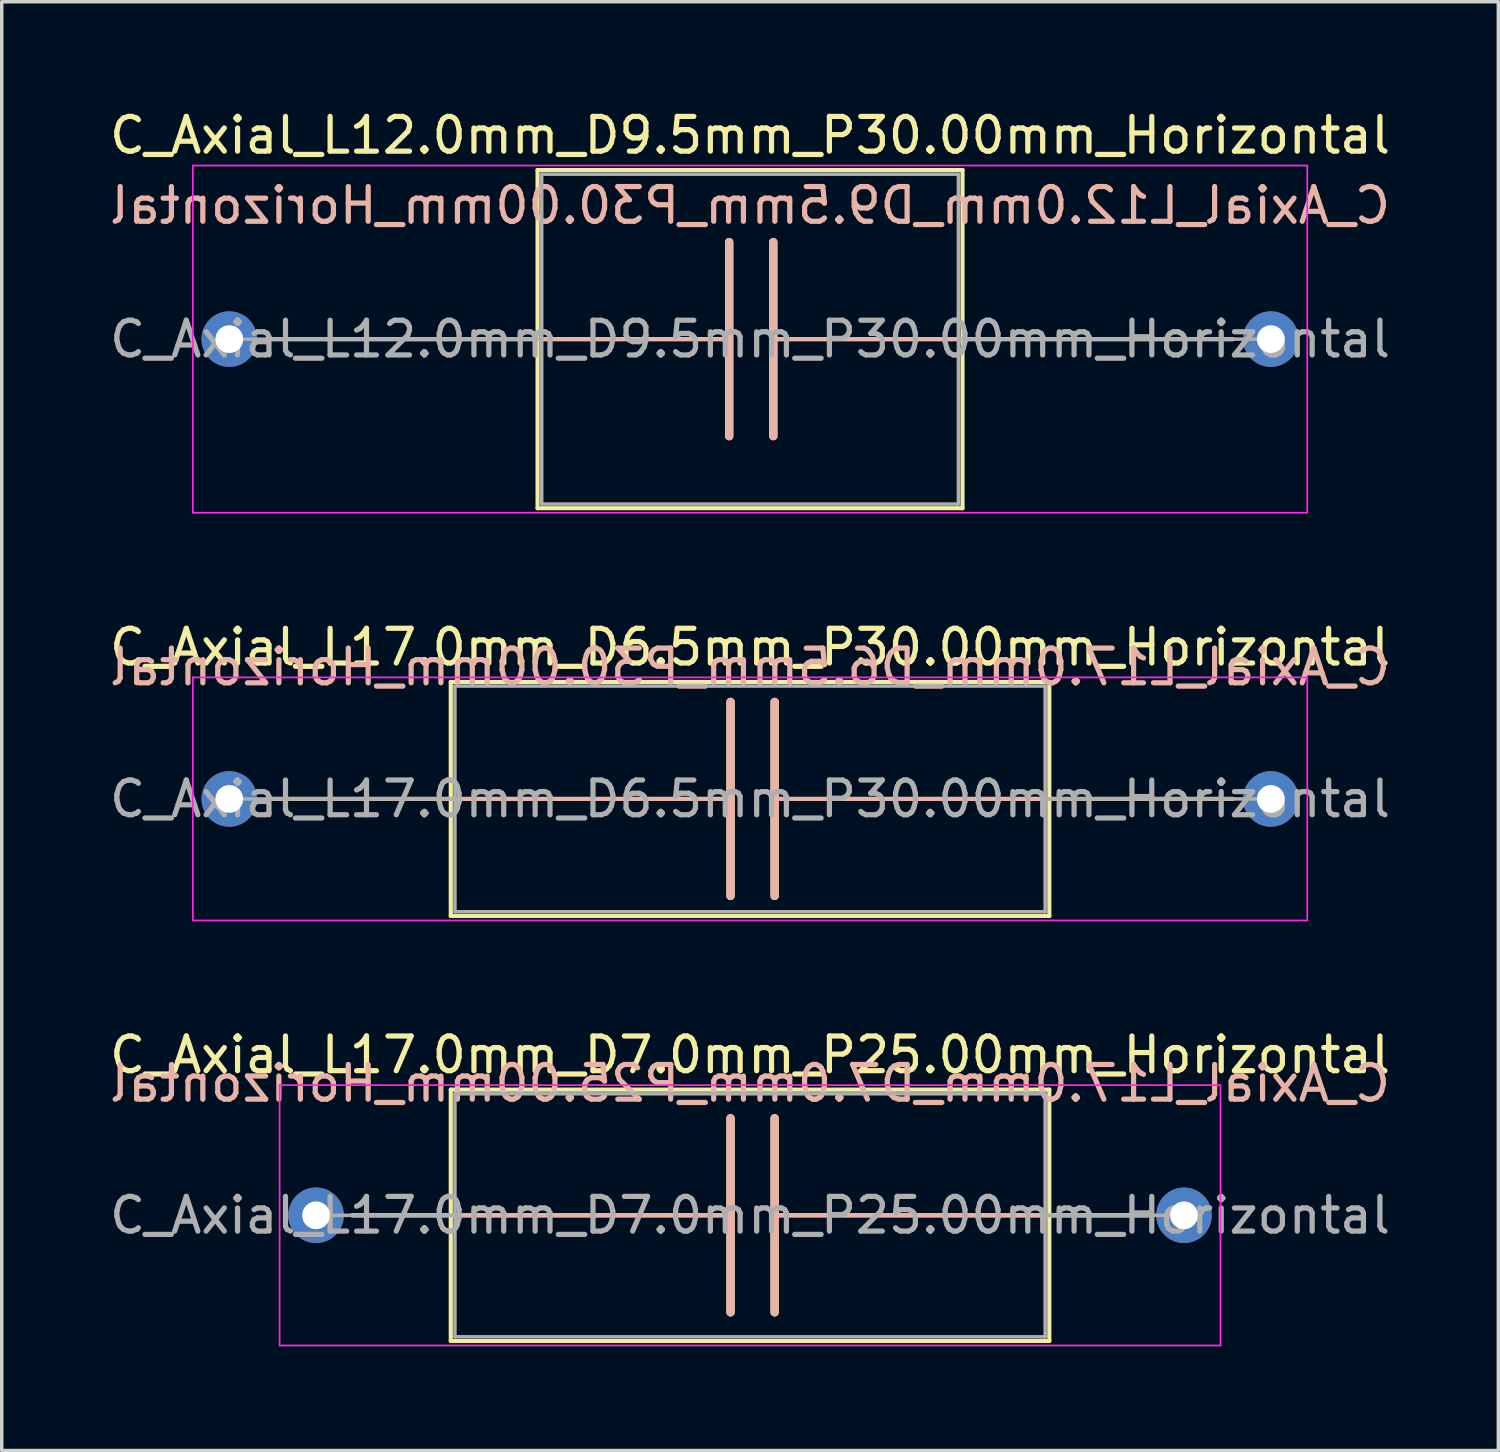
<source format=kicad_pcb>
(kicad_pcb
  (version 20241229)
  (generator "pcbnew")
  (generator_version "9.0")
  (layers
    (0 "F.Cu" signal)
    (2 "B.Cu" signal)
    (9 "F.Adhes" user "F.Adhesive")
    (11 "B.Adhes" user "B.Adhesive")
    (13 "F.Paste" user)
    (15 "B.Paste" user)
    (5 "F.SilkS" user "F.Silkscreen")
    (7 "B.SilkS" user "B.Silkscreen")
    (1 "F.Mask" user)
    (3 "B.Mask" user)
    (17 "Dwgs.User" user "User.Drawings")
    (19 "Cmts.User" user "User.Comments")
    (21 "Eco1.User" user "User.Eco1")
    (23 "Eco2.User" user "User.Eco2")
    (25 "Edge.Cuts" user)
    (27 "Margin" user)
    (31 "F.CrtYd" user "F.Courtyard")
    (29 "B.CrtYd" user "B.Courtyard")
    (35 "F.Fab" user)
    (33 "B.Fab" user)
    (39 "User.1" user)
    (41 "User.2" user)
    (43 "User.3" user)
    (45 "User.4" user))
  (footprint "C_Axial_L17.0mm_D7.0mm_P25.00mm_Horizontal"
    (layer "F.Cu")
    (at 6.054 31.955)
    (property "Reference" "C_Axial_L17.0mm_D7.0mm_P25.00mm_Horizontal" (at 12.5 -4.62 0) (layer "F.SilkS") (effects (font (size 1 1) (thickness 0.15))))
    (fp_line (start 1.04 0) (end 3.88 0) (stroke (width 0.12) (type solid)) (layer "F.SilkS"))
    (fp_line (start 3.88 -3.62) (end 3.88 3.62) (stroke (width 0.12) (type solid)) (layer "F.SilkS"))
    (fp_line (start 3.88 0) (end 11.938 0) (stroke (width 0.12) (type solid)) (layer "F.SilkS"))
    (fp_line (start 3.88 3.62) (end 21.12 3.62) (stroke (width 0.12) (type solid)) (layer "F.SilkS"))
    (fp_line (start 11.938 -2.794) (end 11.938 2.794) (stroke (width 0.24) (type solid)) (layer "F.SilkS"))
    (fp_line (start 13.208 2.794) (end 13.208 -2.794) (stroke (width 0.24) (type solid)) (layer "F.SilkS"))
    (fp_line (start 21.12 -3.62) (end 3.88 -3.62) (stroke (width 0.12) (type solid)) (layer "F.SilkS"))
    (fp_line (start 21.12 0) (end 13.208 0) (stroke (width 0.12) (type solid)) (layer "F.SilkS"))
    (fp_line (start 21.12 3.62) (end 21.12 -3.62) (stroke (width 0.12) (type solid)) (layer "F.SilkS"))
    (fp_line (start 23.96 0) (end 21.12 0) (stroke (width 0.12) (type solid)) (layer "F.SilkS"))
    (fp_line (start 1.04 0) (end 3.88 0) (stroke (width 0.12) (type solid)) (layer "B.SilkS"))
    (fp_line (start 3.88 0) (end 11.938 0) (stroke (width 0.12) (type solid)) (layer "B.SilkS"))
    (fp_line (start 11.938 2.794) (end 11.938 -2.794) (stroke (width 0.24) (type solid)) (layer "B.SilkS"))
    (fp_line (start 13.208 -2.794) (end 13.208 2.794) (stroke (width 0.24) (type solid)) (layer "B.SilkS"))
    (fp_line (start 21.12 0) (end 13.208 0) (stroke (width 0.12) (type solid)) (layer "B.SilkS"))
    (fp_line (start 23.96 0) (end 21.12 0) (stroke (width 0.12) (type solid)) (layer "B.SilkS"))
    (fp_line (start -1.05 -3.75) (end -1.05 3.75) (stroke (width 0.05) (type solid)) (layer "F.CrtYd"))
    (fp_line (start -1.05 3.75) (end 26.05 3.75) (stroke (width 0.05) (type solid)) (layer "F.CrtYd"))
    (fp_line (start 26.05 -3.75) (end -1.05 -3.75) (stroke (width 0.05) (type solid)) (layer "F.CrtYd"))
    (fp_line (start 26.05 3.75) (end 26.05 -3.75) (stroke (width 0.05) (type solid)) (layer "F.CrtYd"))
    (fp_line (start 0 0) (end 4 0) (stroke (width 0.1) (type solid)) (layer "F.Fab"))
    (fp_line (start 4 -3.5) (end 4 3.5) (stroke (width 0.1) (type solid)) (layer "F.Fab"))
    (fp_line (start 4 3.5) (end 21 3.5) (stroke (width 0.1) (type solid)) (layer "F.Fab"))
    (fp_line (start 21 -3.5) (end 4 -3.5) (stroke (width 0.1) (type solid)) (layer "F.Fab"))
    (fp_line (start 21 3.5) (end 21 -3.5) (stroke (width 0.1) (type solid)) (layer "F.Fab"))
    (fp_line (start 25 0) (end 21 0) (stroke (width 0.1) (type solid)) (layer "F.Fab"))
    (fp_text user "${REFERENCE}" (at 12.5 -3.8 0) (layer "B.SilkS") (effects (font (size 1 1) (thickness 0.15)) (justify mirror)))
    (fp_text user "${REFERENCE}" (at 12.5 0 0) (layer "F.Fab") (effects (font (size 1 1) (thickness 0.15))))
    (pad "1" thru_hole circle (at 0 0) (size 1.6 1.6) (drill 0.8) (layers "*.Cu" "*.Mask"))
    (pad "2" thru_hole oval (at 25 0) (size 1.6 1.6) (drill 0.8) (layers "*.Cu" "*.Mask")))
  (footprint "C_Axial_L12.0mm_D9.5mm_P30.00mm_Horizontal"
    (layer "F.Cu")
    (at 3.554 6.718)
    (property "Reference" "C_Axial_L12.0mm_D9.5mm_P30.00mm_Horizontal" (at 15 -5.87 0) (layer "F.SilkS") (effects (font (size 1 1) (thickness 0.15))))
    (fp_line (start 1.1 0) (end 8.88 0) (stroke (width 0.12) (type solid)) (layer "F.SilkS"))
    (fp_line (start 8.88 -4.87) (end 8.88 4.87) (stroke (width 0.12) (type solid)) (layer "F.SilkS"))
    (fp_line (start 8.88 0) (end 14.398 0) (stroke (width 0.12) (type solid)) (layer "F.SilkS"))
    (fp_line (start 8.88 4.87) (end 21.12 4.87) (stroke (width 0.12) (type solid)) (layer "F.SilkS"))
    (fp_line (start 14.398 -2.794) (end 14.398 2.794) (stroke (width 0.24) (type solid)) (layer "F.SilkS"))
    (fp_line (start 15.668 2.794) (end 15.668 -2.794) (stroke (width 0.24) (type solid)) (layer "F.SilkS"))
    (fp_line (start 21.12 -4.87) (end 8.88 -4.87) (stroke (width 0.12) (type solid)) (layer "F.SilkS"))
    (fp_line (start 21.12 0) (end 15.668 0) (stroke (width 0.12) (type solid)) (layer "F.SilkS"))
    (fp_line (start 21.12 4.87) (end 21.12 -4.87) (stroke (width 0.12) (type solid)) (layer "F.SilkS"))
    (fp_line (start 28.9 0) (end 21.12 0) (stroke (width 0.12) (type solid)) (layer "F.SilkS"))
    (fp_line (start 1.102 0) (end 8.882 0) (stroke (width 0.12) (type solid)) (layer "B.SilkS"))
    (fp_line (start 8.882 0) (end 14.4 0) (stroke (width 0.12) (type solid)) (layer "B.SilkS"))
    (fp_line (start 14.4 2.794) (end 14.4 -2.794) (stroke (width 0.24) (type solid)) (layer "B.SilkS"))
    (fp_line (start 15.67 -2.794) (end 15.67 2.794) (stroke (width 0.24) (type solid)) (layer "B.SilkS"))
    (fp_line (start 21.122 0) (end 15.67 0) (stroke (width 0.12) (type solid)) (layer "B.SilkS"))
    (fp_line (start 28.902 0) (end 21.122 0) (stroke (width 0.12) (type solid)) (layer "B.SilkS"))
    (fp_line (start -1.05 -5) (end -1.05 5) (stroke (width 0.05) (type solid)) (layer "F.CrtYd"))
    (fp_line (start -1.05 5) (end 31.05 5) (stroke (width 0.05) (type solid)) (layer "F.CrtYd"))
    (fp_line (start 31.05 -5) (end -1.05 -5) (stroke (width 0.05) (type solid)) (layer "F.CrtYd"))
    (fp_line (start 31.05 5) (end 31.05 -5) (stroke (width 0.05) (type solid)) (layer "F.CrtYd"))
    (fp_line (start 0 0) (end 9 0) (stroke (width 0.1) (type solid)) (layer "F.Fab"))
    (fp_line (start 9 -4.75) (end 9 4.75) (stroke (width 0.1) (type solid)) (layer "F.Fab"))
    (fp_line (start 9 4.75) (end 21 4.75) (stroke (width 0.1) (type solid)) (layer "F.Fab"))
    (fp_line (start 21 -4.75) (end 9 -4.75) (stroke (width 0.1) (type solid)) (layer "F.Fab"))
    (fp_line (start 21 4.75) (end 21 -4.75) (stroke (width 0.1) (type solid)) (layer "F.Fab"))
    (fp_line (start 30 0) (end 21 0) (stroke (width 0.1) (type solid)) (layer "F.Fab"))
    (fp_text user "${REFERENCE}" (at 15 -3.85 0) (layer "B.SilkS") (effects (font (size 1 1) (thickness 0.15)) (justify mirror)))
    (fp_text user "${REFERENCE}" (at 15 0 0) (layer "F.Fab") (effects (font (size 1 1) (thickness 0.15))))
    (pad "1" thru_hole circle (at 0 0) (size 1.6 1.6) (drill 0.8) (layers "*.Cu" "*.Mask"))
    (pad "2" thru_hole oval (at 30 0) (size 1.6 1.6) (drill 0.8) (layers "*.Cu" "*.Mask")))
  (footprint "C_Axial_L17.0mm_D6.5mm_P30.00mm_Horizontal"
    (layer "F.Cu")
    (at 3.554 19.962)
    (property "Reference" "C_Axial_L17.0mm_D6.5mm_P30.00mm_Horizontal" (at 15 -4.37 0) (layer "F.SilkS") (effects (font (size 1 1) (thickness 0.15))))
    (fp_line (start 1.1 0) (end 6.38 0) (stroke (width 0.12) (type solid)) (layer "F.SilkS"))
    (fp_line (start 6.38 -3.37) (end 6.38 3.37) (stroke (width 0.12) (type solid)) (layer "F.SilkS"))
    (fp_line (start 6.38 0) (end 14.438 0) (stroke (width 0.12) (type solid)) (layer "F.SilkS"))
    (fp_line (start 6.38 3.37) (end 23.62 3.37) (stroke (width 0.12) (type solid)) (layer "F.SilkS"))
    (fp_line (start 14.438 -2.794) (end 14.438 2.794) (stroke (width 0.24) (type solid)) (layer "F.SilkS"))
    (fp_line (start 15.708 2.794) (end 15.708 -2.794) (stroke (width 0.24) (type solid)) (layer "F.SilkS"))
    (fp_line (start 23.62 -3.37) (end 6.38 -3.37) (stroke (width 0.12) (type solid)) (layer "F.SilkS"))
    (fp_line (start 23.62 3.37) (end 23.62 -3.37) (stroke (width 0.12) (type solid)) (layer "F.SilkS"))
    (fp_line (start 23.622 0) (end 15.708 0) (stroke (width 0.12) (type solid)) (layer "F.SilkS"))
    (fp_line (start 28.9 0) (end 23.62 0) (stroke (width 0.12) (type solid)) (layer "F.SilkS"))
    (fp_line (start 1.1 0) (end 6.38 0) (stroke (width 0.12) (type solid)) (layer "B.SilkS"))
    (fp_line (start 6.38 0) (end 14.438 0) (stroke (width 0.12) (type solid)) (layer "B.SilkS"))
    (fp_line (start 14.438 2.794) (end 14.438 -2.794) (stroke (width 0.24) (type solid)) (layer "B.SilkS"))
    (fp_line (start 15.708 -2.794) (end 15.708 2.794) (stroke (width 0.24) (type solid)) (layer "B.SilkS"))
    (fp_line (start 23.622 0) (end 15.708 0) (stroke (width 0.12) (type solid)) (layer "B.SilkS"))
    (fp_line (start 28.9 0) (end 23.62 0) (stroke (width 0.12) (type solid)) (layer "B.SilkS"))
    (fp_line (start -1.05 -3.5) (end -1.05 3.5) (stroke (width 0.05) (type solid)) (layer "F.CrtYd"))
    (fp_line (start -1.05 3.5) (end 31.05 3.5) (stroke (width 0.05) (type solid)) (layer "F.CrtYd"))
    (fp_line (start 31.05 -3.5) (end -1.05 -3.5) (stroke (width 0.05) (type solid)) (layer "F.CrtYd"))
    (fp_line (start 31.05 3.5) (end 31.05 -3.5) (stroke (width 0.05) (type solid)) (layer "F.CrtYd"))
    (fp_line (start 0 0) (end 6.5 0) (stroke (width 0.1) (type solid)) (layer "F.Fab"))
    (fp_line (start 6.5 -3.25) (end 6.5 3.25) (stroke (width 0.1) (type solid)) (layer "F.Fab"))
    (fp_line (start 6.5 3.25) (end 23.5 3.25) (stroke (width 0.1) (type solid)) (layer "F.Fab"))
    (fp_line (start 23.5 -3.25) (end 6.5 -3.25) (stroke (width 0.1) (type solid)) (layer "F.Fab"))
    (fp_line (start 23.5 3.25) (end 23.5 -3.25) (stroke (width 0.1) (type solid)) (layer "F.Fab"))
    (fp_line (start 30 0) (end 23.5 0) (stroke (width 0.1) (type solid)) (layer "F.Fab"))
    (fp_text user "${REFERENCE}" (at 15 -3.8 0) (layer "B.SilkS") (effects (font (size 1 1) (thickness 0.15)) (justify mirror)))
    (fp_text user "${REFERENCE}" (at 15 0 0) (layer "F.Fab") (effects (font (size 1 1) (thickness 0.15))))
    (pad "1" thru_hole circle (at 0 0) (size 1.6 1.6) (drill 0.8) (layers "*.Cu" "*.Mask"))
    (pad "2" thru_hole oval (at 30 0) (size 1.6 1.6) (drill 0.8) (layers "*.Cu" "*.Mask")))
  (gr_rect
    (start -3 -3)
    (end 40.107 38.73)
    (stroke (width 0.1) (type default))
    (fill no)
    (layer "Edge.Cuts")))
</source>
